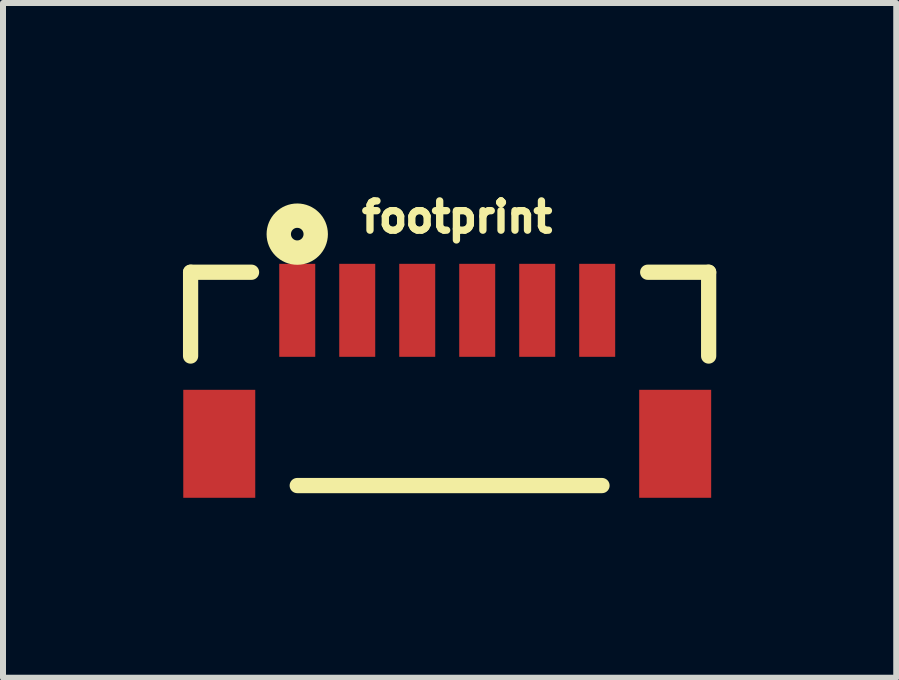
<source format=kicad_pcb>
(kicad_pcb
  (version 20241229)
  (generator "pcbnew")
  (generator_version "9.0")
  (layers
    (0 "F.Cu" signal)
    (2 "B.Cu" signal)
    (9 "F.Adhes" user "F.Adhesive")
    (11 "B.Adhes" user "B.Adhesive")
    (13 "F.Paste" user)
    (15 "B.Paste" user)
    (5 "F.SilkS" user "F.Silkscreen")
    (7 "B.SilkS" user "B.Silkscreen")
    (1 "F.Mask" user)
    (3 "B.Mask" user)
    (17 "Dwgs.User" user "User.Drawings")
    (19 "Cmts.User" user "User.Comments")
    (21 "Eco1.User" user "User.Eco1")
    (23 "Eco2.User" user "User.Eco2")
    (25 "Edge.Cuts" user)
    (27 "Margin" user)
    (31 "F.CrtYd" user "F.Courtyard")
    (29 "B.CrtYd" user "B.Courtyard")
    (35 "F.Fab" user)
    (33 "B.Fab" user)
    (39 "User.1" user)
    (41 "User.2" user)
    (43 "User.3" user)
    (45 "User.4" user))
  (footprint "footprint"
    (layer "F.Cu")
    (at 4.445 3.393)
    (property "Reference" "footprint" (at -1.524 -2.54 0) (layer "F.SilkS") (effects (font (size 0.488 0.488) (thickness 0.122)) (justify left bottom)))
    (fp_line (start -4.318 -1.905) (end -3.302 -1.905) (stroke (width 0.254) (type solid)) (layer "F.SilkS"))
    (fp_line (start -4.318 -0.508) (end -4.318 -1.905) (stroke (width 0.254) (type solid)) (layer "F.SilkS"))
    (fp_line (start -2.54 1.651) (end 2.54 1.651) (stroke (width 0.254) (type solid)) (layer "F.SilkS"))
    (fp_line (start 3.302 -1.905) (end 4.318 -1.905) (stroke (width 0.254) (type solid)) (layer "F.SilkS"))
    (fp_line (start 4.318 -1.905) (end 4.318 -0.508) (stroke (width 0.254) (type solid)) (layer "F.SilkS"))
    (fp_circle (center -2.54 -2.54) (end -2.435 -2.54) (stroke (width 0.406) (type solid)) (fill no) (layer "F.SilkS"))
    (pad "1" smd rect (at -2.54 -1.27) (size 0.6 1.55) (layers "F.Cu" "F.Mask" "F.Paste"))
    (pad "2" smd rect (at -1.54 -1.27) (size 0.6 1.55) (layers "F.Cu" "F.Mask" "F.Paste"))
    (pad "3" smd rect (at -0.54 -1.27) (size 0.6 1.55) (layers "F.Cu" "F.Mask" "F.Paste"))
    (pad "4" smd rect (at 0.46 -1.27) (size 0.6 1.55) (layers "F.Cu" "F.Mask" "F.Paste"))
    (pad "5" smd rect (at 1.46 -1.27) (size 0.6 1.55) (layers "F.Cu" "F.Mask" "F.Paste"))
    (pad "6" smd rect (at 2.46 -1.27) (size 0.6 1.55) (layers "F.Cu" "F.Mask" "F.Paste"))
    (pad "P$1" smd rect (at -3.84 0.955) (size 1.2 1.8) (layers "F.Cu" "F.Mask" "F.Paste"))
    (pad "P$2" smd rect (at 3.76 0.955) (size 1.2 1.8) (layers "F.Cu" "F.Mask" "F.Paste")))
  (gr_rect
    (start -3 -3)
    (end 11.89 8.248)
    (stroke (width 0.1) (type default))
    (fill no)
    (layer "Edge.Cuts")))
</source>
